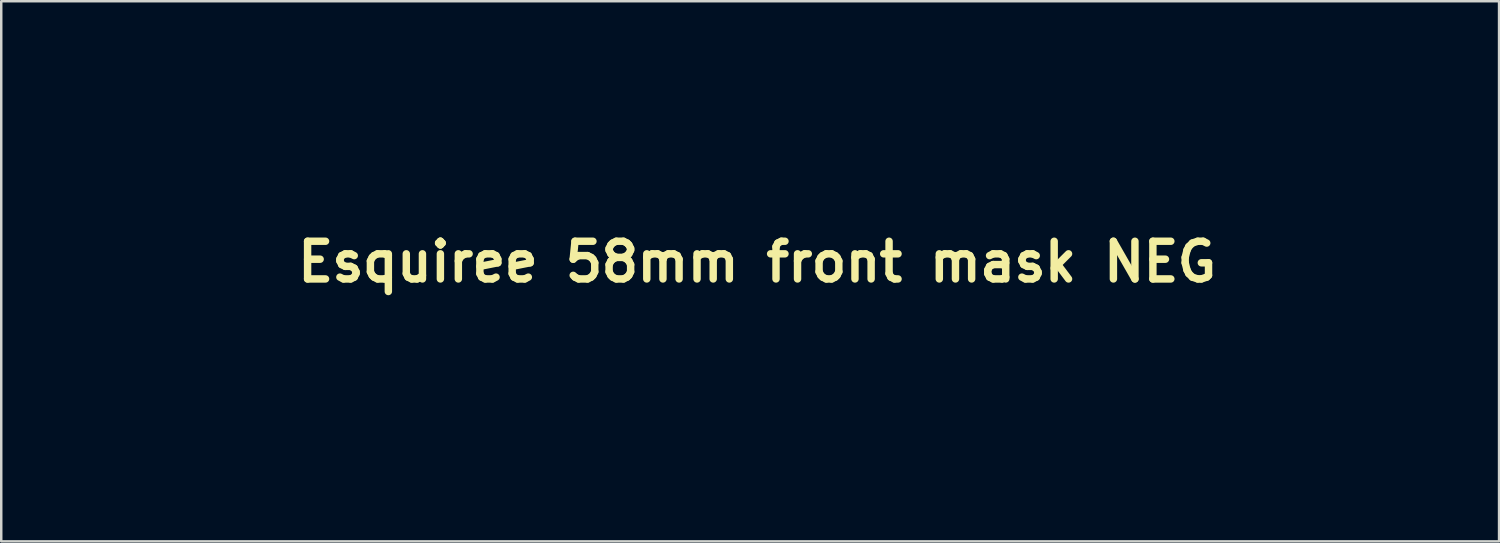
<source format=kicad_pcb>
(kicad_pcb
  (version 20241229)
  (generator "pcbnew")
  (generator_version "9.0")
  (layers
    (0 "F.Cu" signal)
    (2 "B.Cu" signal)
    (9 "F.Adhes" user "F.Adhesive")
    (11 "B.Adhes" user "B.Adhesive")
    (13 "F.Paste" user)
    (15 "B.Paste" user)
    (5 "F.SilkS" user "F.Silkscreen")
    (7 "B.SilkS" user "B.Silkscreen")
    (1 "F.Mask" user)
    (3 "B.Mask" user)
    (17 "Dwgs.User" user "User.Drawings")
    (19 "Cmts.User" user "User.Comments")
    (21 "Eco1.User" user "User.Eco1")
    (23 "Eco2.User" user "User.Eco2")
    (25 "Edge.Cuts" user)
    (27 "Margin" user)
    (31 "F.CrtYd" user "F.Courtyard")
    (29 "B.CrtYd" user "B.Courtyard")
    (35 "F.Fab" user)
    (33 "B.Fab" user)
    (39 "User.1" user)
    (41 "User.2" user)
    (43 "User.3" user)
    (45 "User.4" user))
  (footprint "Esquiree 58mm front mask NEG"
    (layer "F.Cu")
    (at 27.567 7.54)
    (property "Reference" "Esquiree 58mm front mask NEG" (at 0 0 0) (layer "F.SilkS") (effects (font (size 1.524 1.524) (thickness 0.3))))
    (attr through_hole)
    (fp_poly (pts (xy 8.369 -5.433) (xy 8.579 -5.352) (xy 8.844 -5.16) (xy 9.025 -4.915) (xy 9.12 -4.638) (xy 9.131 -4.348) (xy 9.057 -4.067) (xy 8.897 -3.814) (xy 8.653 -3.61) (xy 8.581 -3.57) (xy 8.269 -3.463) (xy 7.964 -3.465) (xy 7.705 -3.55) (xy 7.416 -3.733) (xy 7.224 -3.974) (xy 7.127 -4.277) (xy 7.112 -4.477) (xy 7.163 -4.789) (xy 7.302 -5.056) (xy 7.511 -5.264) (xy 7.771 -5.404) (xy 8.063 -5.464) (xy 8.369 -5.433)) (stroke (width 0.01) (type solid)) (fill yes) (layer "F.Mask"))
    (fp_poly (pts (xy 7.962 -3.054) (xy 8.183 -2.905) (xy 8.343 -2.678) (xy 8.356 -2.648) (xy 8.381 -2.57) (xy 8.392 -2.482) (xy 8.383 -2.373) (xy 8.353 -2.23) (xy 8.297 -2.042) (xy 8.213 -1.797) (xy 8.095 -1.484) (xy 7.942 -1.091) (xy 7.75 -0.606) (xy 7.731 -0.56) (xy 7.582 -0.186) (xy 7.448 0.152) (xy 7.334 0.441) (xy 7.246 0.667) (xy 7.189 0.817) (xy 7.168 0.875) (xy 7.168 0.875) (xy 7.221 0.887) (xy 7.363 0.896) (xy 7.572 0.902) (xy 7.763 0.903) (xy 8.131 0.913) (xy 8.405 0.947) (xy 8.602 1.011) (xy 8.741 1.11) (xy 8.835 1.245) (xy 8.905 1.494) (xy 8.879 1.75) (xy 8.766 1.994) (xy 8.58 2.205) (xy 8.332 2.361) (xy 8.166 2.419) (xy 7.987 2.446) (xy 7.725 2.465) (xy 7.406 2.476) (xy 7.058 2.478) (xy 6.708 2.473) (xy 6.386 2.459) (xy 6.118 2.438) (xy 5.932 2.409) (xy 5.918 2.405) (xy 5.582 2.279) (xy 5.346 2.105) (xy 5.204 1.875) (xy 5.149 1.583) (xy 5.152 1.439) (xy 5.165 1.328) (xy 5.194 1.192) (xy 5.243 1.022) (xy 5.315 0.805) (xy 5.416 0.53) (xy 5.55 0.185) (xy 5.719 -0.241) (xy 5.924 -0.748) (xy 6.128 -1.251) (xy 6.297 -1.659) (xy 6.436 -1.985) (xy 6.549 -2.24) (xy 6.642 -2.435) (xy 6.72 -2.581) (xy 6.789 -2.69) (xy 6.853 -2.773) (xy 6.896 -2.818) (xy 7.148 -3.007) (xy 7.424 -3.107) (xy 7.702 -3.122) (xy 7.962 -3.054)) (stroke (width 0.01) (type solid)) (fill yes) (layer "F.Mask"))
    (fp_poly (pts (xy -10.69 -4.087) (xy -10.564 -4.06) (xy -10.467 -3.996) (xy -10.374 -3.9) (xy -10.29 -3.801) (xy -10.241 -3.716) (xy -10.222 -3.612) (xy -10.224 -3.458) (xy -10.24 -3.245) (xy -10.253 -2.992) (xy -10.24 -2.773) (xy -10.196 -2.565) (xy -10.11 -2.348) (xy -9.976 -2.099) (xy -9.786 -1.796) (xy -9.629 -1.562) (xy -9.377 -1.178) (xy -9.188 -0.857) (xy -9.054 -0.579) (xy -8.967 -0.319) (xy -8.918 -0.058) (xy -8.897 0.229) (xy -8.896 0.311) (xy -8.897 0.568) (xy -8.912 0.753) (xy -8.949 0.909) (xy -9.018 1.077) (xy -9.075 1.197) (xy -9.32 1.586) (xy -9.552 1.835) (xy -9.783 2.027) (xy -10.014 2.178) (xy -10.26 2.293) (xy -10.54 2.376) (xy -10.87 2.431) (xy -11.268 2.463) (xy -11.751 2.477) (xy -12.079 2.477) (xy -12.424 2.473) (xy -12.741 2.465) (xy -13.009 2.452) (xy -13.206 2.437) (xy -13.303 2.421) (xy -13.514 2.311) (xy -13.651 2.136) (xy -13.716 1.918) (xy -13.709 1.679) (xy -13.63 1.44) (xy -13.481 1.222) (xy -13.265 1.049) (xy -13.176 1.005) (xy -13.068 0.971) (xy -12.922 0.947) (xy -12.718 0.928) (xy -12.437 0.913) (xy -12.133 0.901) (xy -11.721 0.883) (xy -11.406 0.856) (xy -11.17 0.817) (xy -10.997 0.758) (xy -10.871 0.676) (xy -10.775 0.564) (xy -10.708 0.45) (xy -10.645 0.275) (xy -10.637 0.084) (xy -10.689 -0.145) (xy -10.803 -0.431) (xy -10.902 -0.637) (xy -11.133 -1.097) (xy -11.292 -0.784) (xy -11.496 -0.464) (xy -11.732 -0.236) (xy -11.988 -0.104) (xy -12.252 -0.071) (xy -12.513 -0.14) (xy -12.76 -0.314) (xy -12.789 -0.344) (xy -12.897 -0.481) (xy -12.945 -0.627) (xy -12.954 -0.787) (xy -12.948 -0.885) (xy -12.926 -0.995) (xy -12.882 -1.132) (xy -12.811 -1.309) (xy -12.707 -1.541) (xy -12.564 -1.841) (xy -12.377 -2.223) (xy -12.307 -2.365) (xy -12.073 -2.832) (xy -11.878 -3.208) (xy -11.714 -3.501) (xy -11.573 -3.721) (xy -11.446 -3.88) (xy -11.326 -3.986) (xy -11.204 -4.05) (xy -11.071 -4.082) (xy -10.92 -4.092) (xy -10.886 -4.092) (xy -10.69 -4.087)) (stroke (width 0.01) (type solid)) (fill yes) (layer "F.Mask"))
    (fp_poly (pts (xy 25.055 -3.185) (xy 25.476 -3.083) (xy 25.838 -2.906) (xy 26.105 -2.7) (xy 26.373 -2.409) (xy 26.548 -2.098) (xy 26.642 -1.74) (xy 26.666 -1.383) (xy 26.638 -0.993) (xy 26.541 -0.671) (xy 26.362 -0.387) (xy 26.135 -0.153) (xy 25.966 -0.013) (xy 25.798 0.096) (xy 25.612 0.178) (xy 25.391 0.237) (xy 25.116 0.277) (xy 24.771 0.304) (xy 24.336 0.321) (xy 24.172 0.325) (xy 23.795 0.335) (xy 23.516 0.345) (xy 23.32 0.357) (xy 23.194 0.372) (xy 23.123 0.392) (xy 23.092 0.419) (xy 23.086 0.448) (xy 23.137 0.578) (xy 23.27 0.706) (xy 23.456 0.807) (xy 23.605 0.851) (xy 23.731 0.865) (xy 23.951 0.877) (xy 24.243 0.888) (xy 24.589 0.895) (xy 24.968 0.9) (xy 25.152 0.901) (xy 25.584 0.904) (xy 25.962 0.913) (xy 26.27 0.925) (xy 26.494 0.942) (xy 26.622 0.961) (xy 26.63 0.964) (xy 26.828 1.089) (xy 26.953 1.291) (xy 26.994 1.558) (xy 26.994 1.564) (xy 26.938 1.865) (xy 26.781 2.116) (xy 26.526 2.314) (xy 26.447 2.357) (xy 26.372 2.39) (xy 26.284 2.415) (xy 26.17 2.433) (xy 26.013 2.446) (xy 25.8 2.454) (xy 25.515 2.459) (xy 25.143 2.463) (xy 24.807 2.465) (xy 24.394 2.466) (xy 24.003 2.462) (xy 23.653 2.456) (xy 23.363 2.447) (xy 23.151 2.435) (xy 23.052 2.424) (xy 22.627 2.308) (xy 22.24 2.123) (xy 21.914 1.881) (xy 21.671 1.598) (xy 21.645 1.555) (xy 21.488 1.231) (xy 21.391 0.882) (xy 21.347 0.482) (xy 21.349 0.056) (xy 21.405 -0.487) (xy 21.528 -0.969) (xy 21.578 -1.08) (xy 23.481 -1.08) (xy 23.533 -1.05) (xy 23.67 -1.03) (xy 23.867 -1.018) (xy 24.097 -1.016) (xy 24.333 -1.022) (xy 24.548 -1.038) (xy 24.716 -1.063) (xy 24.771 -1.078) (xy 24.923 -1.175) (xy 24.989 -1.312) (xy 24.974 -1.463) (xy 24.884 -1.601) (xy 24.724 -1.701) (xy 24.633 -1.726) (xy 24.335 -1.726) (xy 24.037 -1.621) (xy 23.755 -1.417) (xy 23.721 -1.384) (xy 23.593 -1.246) (xy 23.506 -1.133) (xy 23.481 -1.08) (xy 21.578 -1.08) (xy 21.731 -1.424) (xy 21.924 -1.742) (xy 22.31 -2.234) (xy 22.751 -2.629) (xy 23.241 -2.925) (xy 23.776 -3.12) (xy 24.35 -3.211) (xy 24.558 -3.217) (xy 25.055 -3.185)) (stroke (width 0.01) (type solid)) (fill yes) (layer "F.Mask"))
    (fp_poly (pts (xy 18.977 -3.199) (xy 19.429 -3.099) (xy 19.834 -2.924) (xy 20.175 -2.676) (xy 20.253 -2.597) (xy 20.35 -2.467) (xy 20.463 -2.281) (xy 20.534 -2.145) (xy 20.616 -1.951) (xy 20.662 -1.767) (xy 20.682 -1.546) (xy 20.684 -1.383) (xy 20.655 -0.992) (xy 20.557 -0.669) (xy 20.377 -0.385) (xy 20.152 -0.153) (xy 19.983 -0.013) (xy 19.815 0.096) (xy 19.629 0.178) (xy 19.408 0.237) (xy 19.133 0.277) (xy 18.788 0.304) (xy 18.353 0.321) (xy 18.189 0.325) (xy 17.812 0.335) (xy 17.533 0.345) (xy 17.337 0.357) (xy 17.211 0.372) (xy 17.14 0.392) (xy 17.109 0.419) (xy 17.103 0.448) (xy 17.153 0.578) (xy 17.287 0.706) (xy 17.473 0.807) (xy 17.622 0.851) (xy 17.748 0.865) (xy 17.968 0.877) (xy 18.26 0.888) (xy 18.606 0.895) (xy 18.985 0.9) (xy 19.169 0.901) (xy 19.601 0.904) (xy 19.978 0.913) (xy 20.286 0.925) (xy 20.511 0.942) (xy 20.638 0.961) (xy 20.647 0.964) (xy 20.845 1.089) (xy 20.97 1.291) (xy 21.011 1.558) (xy 21.011 1.564) (xy 20.955 1.865) (xy 20.798 2.116) (xy 20.543 2.314) (xy 20.464 2.357) (xy 20.388 2.39) (xy 20.301 2.415) (xy 20.187 2.433) (xy 20.03 2.446) (xy 19.817 2.454) (xy 19.532 2.459) (xy 19.16 2.463) (xy 18.824 2.465) (xy 18.41 2.466) (xy 18.017 2.462) (xy 17.665 2.456) (xy 17.372 2.446) (xy 17.158 2.434) (xy 17.057 2.422) (xy 16.645 2.307) (xy 16.26 2.115) (xy 15.928 1.864) (xy 15.671 1.569) (xy 15.588 1.428) (xy 15.456 1.07) (xy 15.378 0.643) (xy 15.355 0.177) (xy 15.388 -0.298) (xy 15.477 -0.752) (xy 15.535 -0.941) (xy 15.598 -1.08) (xy 17.498 -1.08) (xy 17.55 -1.05) (xy 17.687 -1.03) (xy 17.884 -1.018) (xy 18.114 -1.016) (xy 18.35 -1.022) (xy 18.565 -1.038) (xy 18.732 -1.063) (xy 18.788 -1.078) (xy 18.94 -1.175) (xy 19.006 -1.312) (xy 18.991 -1.463) (xy 18.901 -1.601) (xy 18.741 -1.701) (xy 18.65 -1.726) (xy 18.352 -1.726) (xy 18.054 -1.621) (xy 17.772 -1.417) (xy 17.738 -1.384) (xy 17.61 -1.246) (xy 17.523 -1.133) (xy 17.498 -1.08) (xy 15.598 -1.08) (xy 15.768 -1.458) (xy 16.088 -1.943) (xy 16.473 -2.373) (xy 16.906 -2.724) (xy 17.074 -2.829) (xy 17.528 -3.04) (xy 18.009 -3.171) (xy 18.498 -3.224) (xy 18.977 -3.199)) (stroke (width 0.01) (type solid)) (fill yes) (layer "F.Mask"))
    (fp_poly (pts (xy -4.636 -3.193) (xy -4.238 -3.126) (xy -3.998 -3.05) (xy -3.582 -2.828) (xy -3.242 -2.528) (xy -2.983 -2.165) (xy -2.813 -1.749) (xy -2.738 -1.294) (xy -2.764 -0.811) (xy -2.785 -0.698) (xy -2.824 -0.564) (xy -2.902 -0.335) (xy -3.017 -0.019) (xy -3.165 0.375) (xy -3.343 0.838) (xy -3.546 1.36) (xy -3.773 1.933) (xy -4.019 2.549) (xy -4.133 2.83) (xy -5.395 5.955) (xy -4.792 5.988) (xy -4.384 6.029) (xy -4.078 6.103) (xy -3.864 6.216) (xy -3.737 6.373) (xy -3.687 6.581) (xy -3.694 6.764) (xy -3.782 7.063) (xy -3.963 7.3) (xy -4.228 7.468) (xy -4.343 7.512) (xy -4.47 7.545) (xy -4.631 7.568) (xy -4.847 7.583) (xy -5.139 7.593) (xy -5.419 7.599) (xy -5.753 7.601) (xy -6.068 7.597) (xy -6.337 7.587) (xy -6.533 7.572) (xy -6.604 7.561) (xy -6.896 7.461) (xy -7.129 7.286) (xy -7.273 7.107) (xy -7.333 7.006) (xy -7.373 6.899) (xy -7.39 6.774) (xy -7.381 6.622) (xy -7.343 6.431) (xy -7.275 6.19) (xy -7.172 5.889) (xy -7.034 5.516) (xy -6.856 5.062) (xy -6.636 4.514) (xy -6.634 4.509) (xy -6.459 4.076) (xy -6.293 3.664) (xy -6.142 3.29) (xy -6.011 2.966) (xy -5.908 2.709) (xy -5.836 2.533) (xy -5.81 2.469) (xy -5.702 2.2) (xy -5.934 2.318) (xy -6.302 2.446) (xy -6.683 2.472) (xy -7.059 2.401) (xy -7.415 2.242) (xy -7.733 1.999) (xy -7.997 1.679) (xy -8.108 1.484) (xy -8.24 1.099) (xy -8.298 0.652) (xy -8.283 0.161) (xy -8.27 0.085) (xy -6.527 0.085) (xy -6.502 0.36) (xy -6.406 0.585) (xy -6.248 0.736) (xy -6.018 0.821) (xy -5.736 0.842) (xy -5.445 0.8) (xy -5.276 0.741) (xy -5.185 0.696) (xy -5.113 0.642) (xy -5.049 0.563) (xy -4.981 0.439) (xy -4.899 0.251) (xy -4.79 -0.017) (xy -4.75 -0.119) (xy -4.603 -0.51) (xy -4.508 -0.814) (xy -4.464 -1.049) (xy -4.471 -1.227) (xy -4.526 -1.363) (xy -4.631 -1.473) (xy -4.679 -1.508) (xy -4.94 -1.62) (xy -5.22 -1.626) (xy -5.511 -1.528) (xy -5.803 -1.328) (xy -5.968 -1.167) (xy -6.201 -0.866) (xy -6.374 -0.545) (xy -6.484 -0.223) (xy -6.527 0.085) (xy -8.27 0.085) (xy -8.196 -0.351) (xy -8.038 -0.864) (xy -8.001 -0.96) (xy -7.705 -1.561) (xy -7.347 -2.079) (xy -6.934 -2.509) (xy -6.469 -2.844) (xy -5.959 -3.079) (xy -5.856 -3.113) (xy -5.487 -3.188) (xy -5.066 -3.214) (xy -4.636 -3.193)) (stroke (width 0.01) (type solid)) (fill yes) (layer "F.Mask"))
    (fp_poly (pts (xy 11.201 -4.095) (xy 11.388 -4.007) (xy 11.527 -3.841) (xy 11.638 -3.582) (xy 11.659 -3.514) (xy 11.73 -3.322) (xy 11.806 -3.221) (xy 11.871 -3.191) (xy 11.963 -3.183) (xy 12.149 -3.173) (xy 12.41 -3.164) (xy 12.728 -3.155) (xy 13.083 -3.148) (xy 13.18 -3.146) (xy 13.589 -3.139) (xy 13.901 -3.129) (xy 14.135 -3.117) (xy 14.307 -3.1) (xy 14.433 -3.076) (xy 14.531 -3.045) (xy 14.584 -3.022) (xy 14.795 -2.866) (xy 14.91 -2.653) (xy 14.928 -2.383) (xy 14.849 -2.058) (xy 14.835 -2.018) (xy 14.712 -1.847) (xy 14.495 -1.702) (xy 14.2 -1.593) (xy 13.999 -1.55) (xy 13.632 -1.49) (xy 13.2 -1) (xy 12.87 -0.594) (xy 12.64 -0.237) (xy 12.508 0.074) (xy 12.476 0.341) (xy 12.541 0.566) (xy 12.59 0.64) (xy 12.697 0.742) (xy 12.846 0.816) (xy 13.052 0.865) (xy 13.333 0.892) (xy 13.707 0.903) (xy 13.788 0.903) (xy 14.165 0.911) (xy 14.447 0.939) (xy 14.652 0.991) (xy 14.797 1.073) (xy 14.899 1.189) (xy 14.931 1.245) (xy 15.003 1.497) (xy 14.977 1.756) (xy 14.864 2.001) (xy 14.675 2.21) (xy 14.422 2.362) (xy 14.321 2.398) (xy 14.113 2.439) (xy 13.821 2.468) (xy 13.474 2.484) (xy 13.096 2.489) (xy 12.716 2.482) (xy 12.358 2.464) (xy 12.049 2.435) (xy 11.816 2.395) (xy 11.75 2.376) (xy 11.43 2.212) (xy 11.14 1.962) (xy 10.906 1.653) (xy 10.827 1.501) (xy 10.761 1.331) (xy 10.721 1.156) (xy 10.702 0.939) (xy 10.697 0.677) (xy 10.7 0.412) (xy 10.716 0.219) (xy 10.753 0.057) (xy 10.818 -0.112) (xy 10.88 -0.247) (xy 11.011 -0.492) (xy 11.18 -0.764) (xy 11.351 -1.005) (xy 11.354 -1.009) (xy 11.495 -1.19) (xy 11.613 -1.342) (xy 11.688 -1.439) (xy 11.699 -1.453) (xy 11.705 -1.492) (xy 11.636 -1.514) (xy 11.477 -1.523) (xy 11.387 -1.524) (xy 11.019 -1.524) (xy 10.833 -1.063) (xy 10.645 -0.673) (xy 10.435 -0.38) (xy 10.413 -0.357) (xy 10.27 -0.218) (xy 10.156 -0.144) (xy 10.029 -0.116) (xy 9.913 -0.113) (xy 9.605 -0.155) (xy 9.369 -0.274) (xy 9.214 -0.465) (xy 9.146 -0.72) (xy 9.144 -0.78) (xy 9.165 -0.893) (xy 9.224 -1.092) (xy 9.313 -1.358) (xy 9.425 -1.672) (xy 9.554 -2.016) (xy 9.692 -2.373) (xy 9.833 -2.723) (xy 9.968 -3.048) (xy 10.092 -3.33) (xy 10.196 -3.551) (xy 10.25 -3.651) (xy 10.446 -3.912) (xy 10.673 -4.067) (xy 10.938 -4.12) (xy 10.949 -4.12) (xy 11.201 -4.095)) (stroke (width 0.01) (type solid)) (fill yes) (layer "F.Mask"))
    (fp_poly (pts (xy 0.402 -3.207) (xy 0.539 -3.164) (xy 0.672 -3.067) (xy 0.72 -3.024) (xy 0.846 -2.898) (xy 0.908 -2.788) (xy 0.929 -2.642) (xy 0.93 -2.53) (xy 0.92 -2.393) (xy 0.889 -2.236) (xy 0.831 -2.039) (xy 0.739 -1.786) (xy 0.608 -1.456) (xy 0.543 -1.298) (xy 0.332 -0.785) (xy 0.163 -0.364) (xy 0.034 -0.028) (xy -0.058 0.236) (xy -0.115 0.437) (xy -0.14 0.584) (xy -0.134 0.69) (xy -0.101 0.762) (xy -0.042 0.813) (xy 0.04 0.852) (xy 0.044 0.854) (xy 0.274 0.892) (xy 0.548 0.862) (xy 0.831 0.777) (xy 1.084 0.648) (xy 1.272 0.486) (xy 1.294 0.457) (xy 1.35 0.358) (xy 1.44 0.169) (xy 1.558 -0.092) (xy 1.696 -0.408) (xy 1.847 -0.765) (xy 1.98 -1.085) (xy 2.191 -1.592) (xy 2.371 -2.003) (xy 2.53 -2.33) (xy 2.672 -2.583) (xy 2.808 -2.773) (xy 2.943 -2.91) (xy 3.085 -3.006) (xy 3.242 -3.072) (xy 3.381 -3.109) (xy 3.638 -3.12) (xy 3.887 -3.05) (xy 4.094 -2.913) (xy 4.201 -2.774) (xy 4.249 -2.666) (xy 4.276 -2.555) (xy 4.28 -2.426) (xy 4.258 -2.268) (xy 4.207 -2.067) (xy 4.123 -1.81) (xy 4.003 -1.484) (xy 3.844 -1.078) (xy 3.697 -0.709) (xy 3.543 -0.325) (xy 3.404 0.027) (xy 3.286 0.333) (xy 3.193 0.578) (xy 3.13 0.748) (xy 3.105 0.83) (xy 3.104 0.833) (xy 3.138 0.866) (xy 3.248 0.888) (xy 3.446 0.9) (xy 3.739 0.903) (xy 4.101 0.913) (xy 4.367 0.946) (xy 4.557 1.01) (xy 4.686 1.11) (xy 4.771 1.254) (xy 4.795 1.318) (xy 4.831 1.597) (xy 4.766 1.868) (xy 4.608 2.112) (xy 4.368 2.305) (xy 4.328 2.327) (xy 4.229 2.374) (xy 4.122 2.408) (xy 3.988 2.433) (xy 3.805 2.45) (xy 3.553 2.462) (xy 3.212 2.472) (xy 3.137 2.473) (xy 2.712 2.48) (xy 2.382 2.474) (xy 2.131 2.454) (xy 1.941 2.416) (xy 1.795 2.358) (xy 1.676 2.275) (xy 1.6 2.202) (xy 1.497 2.099) (xy 1.431 2.07) (xy 1.365 2.107) (xy 1.328 2.14) (xy 1.192 2.253) (xy 1.055 2.336) (xy 0.895 2.394) (xy 0.692 2.431) (xy 0.426 2.453) (xy 0.074 2.464) (xy -0.056 2.466) (xy -0.37 2.468) (xy -0.654 2.464) (xy -0.883 2.454) (xy -1.034 2.441) (xy -1.073 2.433) (xy -1.451 2.255) (xy -1.729 2.023) (xy -1.968 1.699) (xy -2.099 1.349) (xy -2.121 0.967) (xy -2.066 0.647) (xy -2.01 0.466) (xy -1.919 0.21) (xy -1.8 -0.103) (xy -1.66 -0.459) (xy -1.505 -0.838) (xy -1.344 -1.225) (xy -1.182 -1.603) (xy -1.028 -1.956) (xy -0.888 -2.265) (xy -0.769 -2.515) (xy -0.678 -2.689) (xy -0.634 -2.759) (xy -0.403 -3.002) (xy -0.169 -3.149) (xy 0.091 -3.212) (xy 0.207 -3.217) (xy 0.402 -3.207)) (stroke (width 0.01) (type solid)) (fill yes) (layer "F.Mask"))
    (fp_poly (pts (xy -13.86 -7.535) (xy -13.344 -7.533) (xy -12.92 -7.528) (xy -12.578 -7.52) (xy -12.307 -7.507) (xy -12.098 -7.489) (xy -11.939 -7.465) (xy -11.821 -7.433) (xy -11.733 -7.394) (xy -11.664 -7.345) (xy -11.604 -7.287) (xy -11.599 -7.281) (xy -11.492 -7.085) (xy -11.465 -6.842) (xy -11.51 -6.58) (xy -11.621 -6.325) (xy -11.792 -6.103) (xy -11.926 -5.993) (xy -12.155 -5.842) (xy -14.05 -5.814) (xy -15.946 -5.786) (xy -16.491 -4.431) (xy -17.037 -3.076) (xy -16.322 -3.047) (xy -16.043 -3.032) (xy -15.801 -3.013) (xy -15.62 -2.991) (xy -15.525 -2.97) (xy -15.522 -2.968) (xy -15.297 -2.778) (xy -15.164 -2.54) (xy -15.128 -2.274) (xy -15.189 -1.998) (xy -15.352 -1.732) (xy -15.369 -1.711) (xy -15.508 -1.568) (xy -15.651 -1.462) (xy -15.817 -1.388) (xy -16.025 -1.34) (xy -16.297 -1.312) (xy -16.651 -1.301) (xy -16.883 -1.299) (xy -17.763 -1.298) (xy -18.562 0.667) (xy -18.742 1.11) (xy -18.907 1.521) (xy -19.054 1.887) (xy -19.178 2.196) (xy -19.273 2.437) (xy -19.335 2.599) (xy -19.36 2.669) (xy -19.36 2.67) (xy -19.306 2.678) (xy -19.15 2.686) (xy -18.903 2.693) (xy -18.577 2.699) (xy -18.182 2.705) (xy -17.731 2.709) (xy -17.233 2.711) (xy -16.778 2.713) (xy -16.238 2.714) (xy -15.724 2.718) (xy -15.249 2.723) (xy -14.826 2.729) (xy -14.467 2.737) (xy -14.185 2.745) (xy -13.994 2.754) (xy -13.917 2.762) (xy -13.695 2.822) (xy -13.529 2.934) (xy -13.473 2.992) (xy -13.379 3.11) (xy -13.334 3.218) (xy -13.324 3.363) (xy -13.332 3.502) (xy -13.399 3.824) (xy -13.554 4.083) (xy -13.805 4.288) (xy -13.926 4.355) (xy -14.196 4.487) (xy -17.166 4.506) (xy -20.137 4.526) (xy -20.412 5.127) (xy -20.742 5.792) (xy -21.081 6.357) (xy -21.441 6.836) (xy -21.833 7.24) (xy -22.268 7.583) (xy -22.759 7.878) (xy -22.851 7.926) (xy -23.304 8.107) (xy -23.818 8.231) (xy -24.36 8.295) (xy -24.896 8.296) (xy -25.396 8.232) (xy -25.655 8.164) (xy -26.179 7.94) (xy -26.628 7.638) (xy -26.995 7.267) (xy -27.277 6.838) (xy -27.467 6.359) (xy -27.562 5.84) (xy -27.558 5.486) (xy -25.566 5.486) (xy -25.525 5.762) (xy -25.4 6.023) (xy -25.19 6.249) (xy -24.993 6.375) (xy -24.714 6.462) (xy -24.384 6.479) (xy -24.038 6.428) (xy -23.729 6.317) (xy -23.488 6.166) (xy -23.219 5.942) (xy -22.948 5.671) (xy -22.7 5.381) (xy -22.501 5.099) (xy -22.423 4.957) (xy -22.334 4.771) (xy -22.269 4.627) (xy -22.24 4.552) (xy -22.239 4.549) (xy -22.293 4.539) (xy -22.443 4.53) (xy -22.673 4.523) (xy -22.968 4.518) (xy -23.309 4.516) (xy -23.443 4.516) (xy -23.877 4.517) (xy -24.215 4.524) (xy -24.472 4.535) (xy -24.666 4.553) (xy -24.811 4.578) (xy -24.908 4.605) (xy -25.195 4.753) (xy -25.4 4.962) (xy -25.524 5.212) (xy -25.566 5.486) (xy -27.558 5.486) (xy -27.556 5.292) (xy -27.444 4.723) (xy -27.441 4.712) (xy -27.281 4.326) (xy -27.039 3.941) (xy -26.74 3.594) (xy -26.411 3.318) (xy -26.158 3.165) (xy -25.88 3.037) (xy -25.567 2.934) (xy -25.205 2.853) (xy -24.784 2.792) (xy -24.29 2.75) (xy -23.714 2.723) (xy -23.042 2.711) (xy -22.714 2.71) (xy -21.467 2.709) (xy -20.697 0.804) (xy -20.52 0.365) (xy -20.355 -0.044) (xy -20.208 -0.409) (xy -20.083 -0.72) (xy -19.986 -0.962) (xy -19.922 -1.124) (xy -19.895 -1.192) (xy -19.894 -1.245) (xy -19.951 -1.277) (xy -20.087 -1.299) (xy -20.212 -1.31) (xy -20.418 -1.332) (xy -20.553 -1.372) (xy -20.658 -1.446) (xy -20.724 -1.515) (xy -20.828 -1.657) (xy -20.875 -1.807) (xy -20.884 -1.979) (xy -20.849 -2.281) (xy -20.733 -2.529) (xy -20.565 -2.72) (xy -20.41 -2.844) (xy -20.234 -2.93) (xy -20.01 -2.989) (xy -19.71 -3.028) (xy -19.589 -3.039) (xy -19.113 -3.076) (xy -18.337 -4.955) (xy -18.153 -5.4) (xy -17.976 -5.82) (xy -17.813 -6.204) (xy -17.669 -6.535) (xy -17.551 -6.802) (xy -17.464 -6.99) (xy -17.419 -7.079) (xy -17.356 -7.184) (xy -17.296 -7.272) (xy -17.227 -7.344) (xy -17.139 -7.401) (xy -17.022 -7.446) (xy -16.866 -7.479) (xy -16.659 -7.503) (xy -16.393 -7.519) (xy -16.056 -7.529) (xy -15.637 -7.533) (xy -15.127 -7.535) (xy -14.516 -7.535) (xy -14.478 -7.535) (xy -13.86 -7.535)) (stroke (width 0.01) (type solid)) (fill yes) (layer "F.Mask")))
  (gr_rect
    (start -3 -3)
    (end 57.567 18.841)
    (stroke (width 0.1) (type default))
    (fill no)
    (layer "Edge.Cuts")))
</source>
